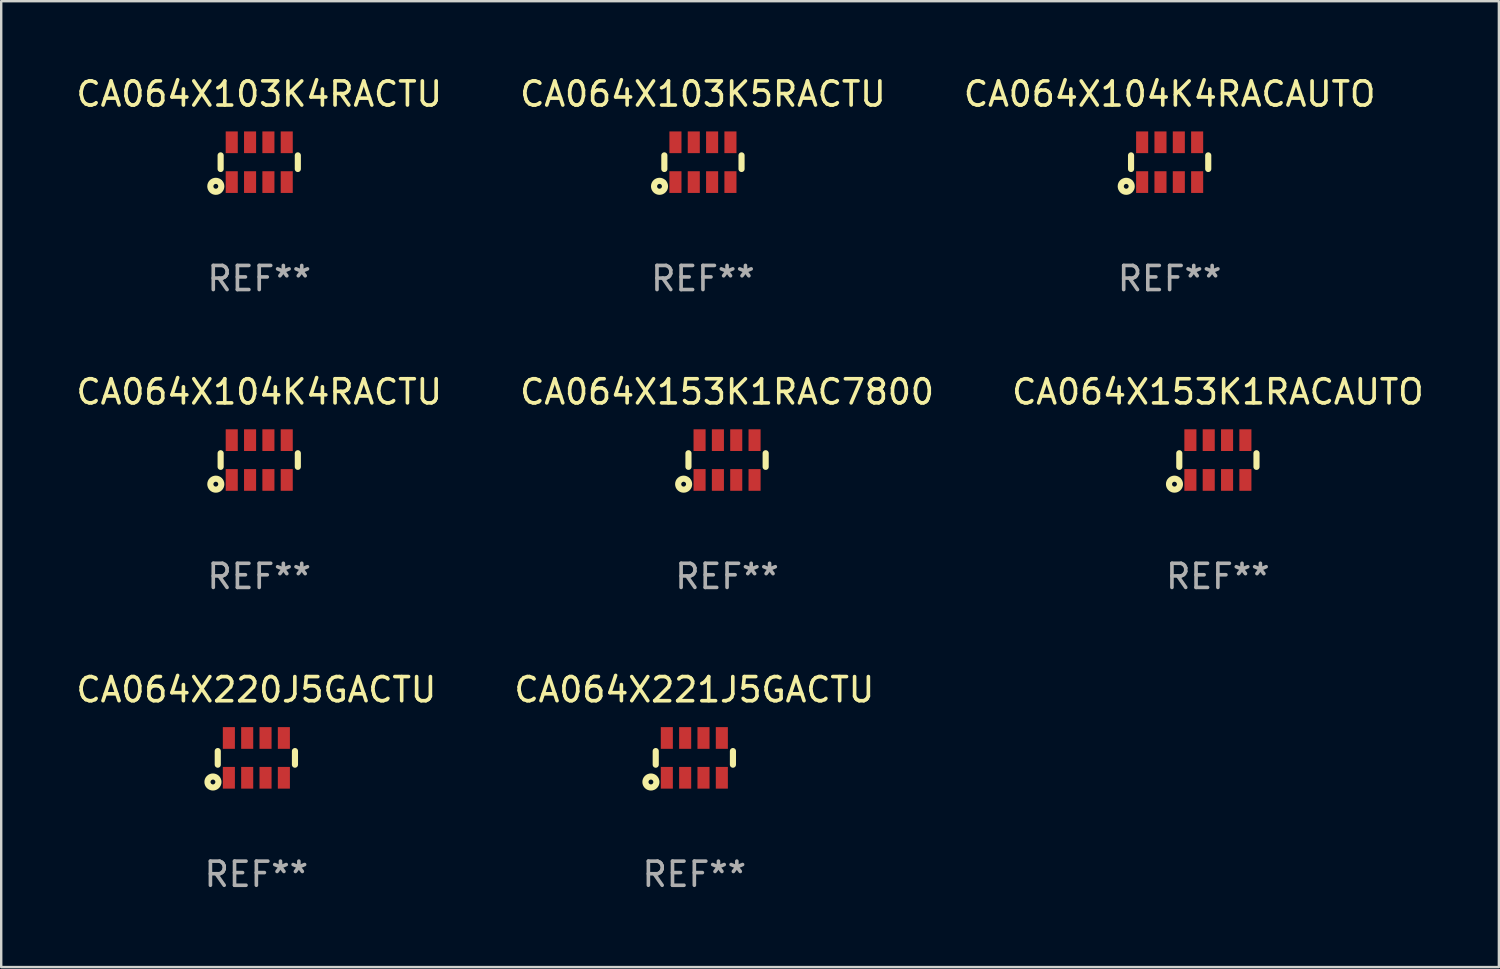
<source format=kicad_pcb>
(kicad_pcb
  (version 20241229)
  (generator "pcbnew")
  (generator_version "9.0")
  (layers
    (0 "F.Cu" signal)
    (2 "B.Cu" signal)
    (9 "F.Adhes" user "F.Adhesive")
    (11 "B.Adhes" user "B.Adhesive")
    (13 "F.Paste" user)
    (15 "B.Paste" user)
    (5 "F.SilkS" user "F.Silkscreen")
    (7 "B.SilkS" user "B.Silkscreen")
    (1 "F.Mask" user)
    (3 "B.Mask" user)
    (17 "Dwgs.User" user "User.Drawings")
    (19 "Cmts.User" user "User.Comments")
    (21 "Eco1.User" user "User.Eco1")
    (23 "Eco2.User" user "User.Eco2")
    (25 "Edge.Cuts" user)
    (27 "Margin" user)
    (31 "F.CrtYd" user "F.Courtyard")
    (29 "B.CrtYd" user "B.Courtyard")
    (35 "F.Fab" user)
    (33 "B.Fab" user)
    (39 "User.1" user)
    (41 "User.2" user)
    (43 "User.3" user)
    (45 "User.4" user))
  (footprint "CA064X153K1RACAUTO"
    (layer "F.Cu")
    (at 47.435 16.02)
    (property "Reference" "CA064X153K1RACAUTO" (at 0 -2.825 0) (layer "F.SilkS") (effects (font (size 1 1) (thickness 0.15))))
    (attr through_hole)
    (fp_line (start -1.6 -0.282) (end -1.6 0.282) (stroke (width 0.254) (type solid)) (layer "F.SilkS"))
    (fp_line (start 1.6 -0.282) (end 1.6 0.282) (stroke (width 0.254) (type solid)) (layer "F.SilkS"))
    (fp_circle (center -1.8 1) (end -1.7 1) (stroke (width 0.254) (type solid)) (fill no) (layer "F.SilkS"))
    (fp_circle (center -1.6 0.8) (end -1.57 0.8) (stroke (width 0.06) (type solid)) (fill no) (layer "F.SilkS"))
    (fp_text user "REF**" (at 0 4.825 0) (layer "F.Fab") (effects (font (size 1 1) (thickness 0.15))))
    (pad "1" smd rect (at -1.14 0.825 90) (size 0.9 0.5) (layers "F.Cu" "F.Mask" "F.Paste"))
    (pad "2" smd rect (at -0.38 0.825 90) (size 0.9 0.5) (layers "F.Cu" "F.Mask" "F.Paste"))
    (pad "3" smd rect (at 0.38 0.825 90) (size 0.9 0.5) (layers "F.Cu" "F.Mask" "F.Paste"))
    (pad "4" smd rect (at 1.14 0.825 90) (size 0.9 0.5) (layers "F.Cu" "F.Mask" "F.Paste"))
    (pad "5" smd rect (at 1.14 -0.825 90) (size 0.9 0.5) (layers "F.Cu" "F.Mask" "F.Paste"))
    (pad "6" smd rect (at 0.38 -0.825 90) (size 0.9 0.5) (layers "F.Cu" "F.Mask" "F.Paste"))
    (pad "7" smd rect (at -0.38 -0.825 90) (size 0.9 0.5) (layers "F.Cu" "F.Mask" "F.Paste"))
    (pad "8" smd rect (at -1.14 -0.825 90) (size 0.9 0.5) (layers "F.Cu" "F.Mask" "F.Paste")))
  (footprint "CA064X221J5GACTU"
    (layer "F.Cu")
    (at 25.732 28.366)
    (property "Reference" "CA064X221J5GACTU" (at 0 -2.825 0) (layer "F.SilkS") (effects (font (size 1 1) (thickness 0.15))))
    (attr through_hole)
    (fp_line (start -1.6 -0.282) (end -1.6 0.282) (stroke (width 0.254) (type solid)) (layer "F.SilkS"))
    (fp_line (start 1.6 -0.282) (end 1.6 0.282) (stroke (width 0.254) (type solid)) (layer "F.SilkS"))
    (fp_circle (center -1.8 1) (end -1.7 1) (stroke (width 0.254) (type solid)) (fill no) (layer "F.SilkS"))
    (fp_circle (center -1.6 0.8) (end -1.57 0.8) (stroke (width 0.06) (type solid)) (fill no) (layer "F.SilkS"))
    (fp_text user "REF**" (at 0 4.825 0) (layer "F.Fab") (effects (font (size 1 1) (thickness 0.15))))
    (pad "1" smd rect (at -1.14 0.825 90) (size 0.9 0.5) (layers "F.Cu" "F.Mask" "F.Paste"))
    (pad "2" smd rect (at -0.38 0.825 90) (size 0.9 0.5) (layers "F.Cu" "F.Mask" "F.Paste"))
    (pad "3" smd rect (at 0.38 0.825 90) (size 0.9 0.5) (layers "F.Cu" "F.Mask" "F.Paste"))
    (pad "4" smd rect (at 1.14 0.825 90) (size 0.9 0.5) (layers "F.Cu" "F.Mask" "F.Paste"))
    (pad "5" smd rect (at 1.14 -0.825 90) (size 0.9 0.5) (layers "F.Cu" "F.Mask" "F.Paste"))
    (pad "6" smd rect (at 0.38 -0.825 90) (size 0.9 0.5) (layers "F.Cu" "F.Mask" "F.Paste"))
    (pad "7" smd rect (at -0.38 -0.825 90) (size 0.9 0.5) (layers "F.Cu" "F.Mask" "F.Paste"))
    (pad "8" smd rect (at -1.14 -0.825 90) (size 0.9 0.5) (layers "F.Cu" "F.Mask" "F.Paste")))
  (footprint "CA064X220J5GACTU"
    (layer "F.Cu")
    (at 7.577 28.366)
    (property "Reference" "CA064X220J5GACTU" (at 0 -2.825 0) (layer "F.SilkS") (effects (font (size 1 1) (thickness 0.15))))
    (attr through_hole)
    (fp_line (start -1.6 -0.282) (end -1.6 0.282) (stroke (width 0.254) (type solid)) (layer "F.SilkS"))
    (fp_line (start 1.6 -0.282) (end 1.6 0.282) (stroke (width 0.254) (type solid)) (layer "F.SilkS"))
    (fp_circle (center -1.8 1) (end -1.7 1) (stroke (width 0.254) (type solid)) (fill no) (layer "F.SilkS"))
    (fp_circle (center -1.6 0.8) (end -1.57 0.8) (stroke (width 0.06) (type solid)) (fill no) (layer "F.SilkS"))
    (fp_text user "REF**" (at 0 4.825 0) (layer "F.Fab") (effects (font (size 1 1) (thickness 0.15))))
    (pad "1" smd rect (at -1.14 0.825 90) (size 0.9 0.5) (layers "F.Cu" "F.Mask" "F.Paste"))
    (pad "2" smd rect (at -0.38 0.825 90) (size 0.9 0.5) (layers "F.Cu" "F.Mask" "F.Paste"))
    (pad "3" smd rect (at 0.38 0.825 90) (size 0.9 0.5) (layers "F.Cu" "F.Mask" "F.Paste"))
    (pad "4" smd rect (at 1.14 0.825 90) (size 0.9 0.5) (layers "F.Cu" "F.Mask" "F.Paste"))
    (pad "5" smd rect (at 1.14 -0.825 90) (size 0.9 0.5) (layers "F.Cu" "F.Mask" "F.Paste"))
    (pad "6" smd rect (at 0.38 -0.825 90) (size 0.9 0.5) (layers "F.Cu" "F.Mask" "F.Paste"))
    (pad "7" smd rect (at -0.38 -0.825 90) (size 0.9 0.5) (layers "F.Cu" "F.Mask" "F.Paste"))
    (pad "8" smd rect (at -1.14 -0.825 90) (size 0.9 0.5) (layers "F.Cu" "F.Mask" "F.Paste")))
  (footprint "CA064X104K4RACTU"
    (layer "F.Cu")
    (at 7.696 16.02)
    (property "Reference" "CA064X104K4RACTU" (at 0 -2.825 0) (layer "F.SilkS") (effects (font (size 1 1) (thickness 0.15))))
    (attr through_hole)
    (fp_line (start -1.6 -0.282) (end -1.6 0.282) (stroke (width 0.254) (type solid)) (layer "F.SilkS"))
    (fp_line (start 1.6 -0.282) (end 1.6 0.282) (stroke (width 0.254) (type solid)) (layer "F.SilkS"))
    (fp_circle (center -1.8 1) (end -1.7 1) (stroke (width 0.254) (type solid)) (fill no) (layer "F.SilkS"))
    (fp_circle (center -1.6 0.8) (end -1.57 0.8) (stroke (width 0.06) (type solid)) (fill no) (layer "F.SilkS"))
    (fp_text user "REF**" (at 0 4.825 0) (layer "F.Fab") (effects (font (size 1 1) (thickness 0.15))))
    (pad "1" smd rect (at -1.14 0.825 90) (size 0.9 0.5) (layers "F.Cu" "F.Mask" "F.Paste"))
    (pad "2" smd rect (at -0.38 0.825 90) (size 0.9 0.5) (layers "F.Cu" "F.Mask" "F.Paste"))
    (pad "3" smd rect (at 0.38 0.825 90) (size 0.9 0.5) (layers "F.Cu" "F.Mask" "F.Paste"))
    (pad "4" smd rect (at 1.14 0.825 90) (size 0.9 0.5) (layers "F.Cu" "F.Mask" "F.Paste"))
    (pad "5" smd rect (at 1.14 -0.825 90) (size 0.9 0.5) (layers "F.Cu" "F.Mask" "F.Paste"))
    (pad "6" smd rect (at 0.38 -0.825 90) (size 0.9 0.5) (layers "F.Cu" "F.Mask" "F.Paste"))
    (pad "7" smd rect (at -0.38 -0.825 90) (size 0.9 0.5) (layers "F.Cu" "F.Mask" "F.Paste"))
    (pad "8" smd rect (at -1.14 -0.825 90) (size 0.9 0.5) (layers "F.Cu" "F.Mask" "F.Paste")))
  (footprint "CA064X153K1RAC7800"
    (layer "F.Cu")
    (at 27.089 16.02)
    (property "Reference" "CA064X153K1RAC7800" (at 0 -2.825 0) (layer "F.SilkS") (effects (font (size 1 1) (thickness 0.15))))
    (attr through_hole)
    (fp_line (start -1.6 -0.282) (end -1.6 0.282) (stroke (width 0.254) (type solid)) (layer "F.SilkS"))
    (fp_line (start 1.6 -0.282) (end 1.6 0.282) (stroke (width 0.254) (type solid)) (layer "F.SilkS"))
    (fp_circle (center -1.8 1) (end -1.7 1) (stroke (width 0.254) (type solid)) (fill no) (layer "F.SilkS"))
    (fp_circle (center -1.6 0.8) (end -1.57 0.8) (stroke (width 0.06) (type solid)) (fill no) (layer "F.SilkS"))
    (fp_text user "REF**" (at 0 4.825 0) (layer "F.Fab") (effects (font (size 1 1) (thickness 0.15))))
    (pad "1" smd rect (at -1.14 0.825 90) (size 0.9 0.5) (layers "F.Cu" "F.Mask" "F.Paste"))
    (pad "2" smd rect (at -0.38 0.825 90) (size 0.9 0.5) (layers "F.Cu" "F.Mask" "F.Paste"))
    (pad "3" smd rect (at 0.38 0.825 90) (size 0.9 0.5) (layers "F.Cu" "F.Mask" "F.Paste"))
    (pad "4" smd rect (at 1.14 0.825 90) (size 0.9 0.5) (layers "F.Cu" "F.Mask" "F.Paste"))
    (pad "5" smd rect (at 1.14 -0.825 90) (size 0.9 0.5) (layers "F.Cu" "F.Mask" "F.Paste"))
    (pad "6" smd rect (at 0.38 -0.825 90) (size 0.9 0.5) (layers "F.Cu" "F.Mask" "F.Paste"))
    (pad "7" smd rect (at -0.38 -0.825 90) (size 0.9 0.5) (layers "F.Cu" "F.Mask" "F.Paste"))
    (pad "8" smd rect (at -1.14 -0.825 90) (size 0.9 0.5) (layers "F.Cu" "F.Mask" "F.Paste")))
  (footprint "CA064X103K5RACTU"
    (layer "F.Cu")
    (at 26.089 3.673)
    (property "Reference" "CA064X103K5RACTU" (at 0 -2.825 0) (layer "F.SilkS") (effects (font (size 1 1) (thickness 0.15))))
    (attr through_hole)
    (fp_line (start -1.6 -0.282) (end -1.6 0.282) (stroke (width 0.254) (type solid)) (layer "F.SilkS"))
    (fp_line (start 1.6 -0.282) (end 1.6 0.282) (stroke (width 0.254) (type solid)) (layer "F.SilkS"))
    (fp_circle (center -1.8 1) (end -1.7 1) (stroke (width 0.254) (type solid)) (fill no) (layer "F.SilkS"))
    (fp_circle (center -1.6 0.8) (end -1.57 0.8) (stroke (width 0.06) (type solid)) (fill no) (layer "F.SilkS"))
    (fp_text user "REF**" (at 0 4.825 0) (layer "F.Fab") (effects (font (size 1 1) (thickness 0.15))))
    (pad "1" smd rect (at -1.14 0.825 90) (size 0.9 0.5) (layers "F.Cu" "F.Mask" "F.Paste"))
    (pad "2" smd rect (at -0.38 0.825 90) (size 0.9 0.5) (layers "F.Cu" "F.Mask" "F.Paste"))
    (pad "3" smd rect (at 0.38 0.825 90) (size 0.9 0.5) (layers "F.Cu" "F.Mask" "F.Paste"))
    (pad "4" smd rect (at 1.14 0.825 90) (size 0.9 0.5) (layers "F.Cu" "F.Mask" "F.Paste"))
    (pad "5" smd rect (at 1.14 -0.825 90) (size 0.9 0.5) (layers "F.Cu" "F.Mask" "F.Paste"))
    (pad "6" smd rect (at 0.38 -0.825 90) (size 0.9 0.5) (layers "F.Cu" "F.Mask" "F.Paste"))
    (pad "7" smd rect (at -0.38 -0.825 90) (size 0.9 0.5) (layers "F.Cu" "F.Mask" "F.Paste"))
    (pad "8" smd rect (at -1.14 -0.825 90) (size 0.9 0.5) (layers "F.Cu" "F.Mask" "F.Paste")))
  (footprint "CA064X103K4RACTU"
    (layer "F.Cu")
    (at 7.696 3.673)
    (property "Reference" "CA064X103K4RACTU" (at 0 -2.825 0) (layer "F.SilkS") (effects (font (size 1 1) (thickness 0.15))))
    (attr through_hole)
    (fp_line (start -1.6 -0.282) (end -1.6 0.282) (stroke (width 0.254) (type solid)) (layer "F.SilkS"))
    (fp_line (start 1.6 -0.282) (end 1.6 0.282) (stroke (width 0.254) (type solid)) (layer "F.SilkS"))
    (fp_circle (center -1.8 1) (end -1.7 1) (stroke (width 0.254) (type solid)) (fill no) (layer "F.SilkS"))
    (fp_circle (center -1.6 0.8) (end -1.57 0.8) (stroke (width 0.06) (type solid)) (fill no) (layer "F.SilkS"))
    (fp_text user "REF**" (at 0 4.825 0) (layer "F.Fab") (effects (font (size 1 1) (thickness 0.15))))
    (pad "1" smd rect (at -1.14 0.825 90) (size 0.9 0.5) (layers "F.Cu" "F.Mask" "F.Paste"))
    (pad "2" smd rect (at -0.38 0.825 90) (size 0.9 0.5) (layers "F.Cu" "F.Mask" "F.Paste"))
    (pad "3" smd rect (at 0.38 0.825 90) (size 0.9 0.5) (layers "F.Cu" "F.Mask" "F.Paste"))
    (pad "4" smd rect (at 1.14 0.825 90) (size 0.9 0.5) (layers "F.Cu" "F.Mask" "F.Paste"))
    (pad "5" smd rect (at 1.14 -0.825 90) (size 0.9 0.5) (layers "F.Cu" "F.Mask" "F.Paste"))
    (pad "6" smd rect (at 0.38 -0.825 90) (size 0.9 0.5) (layers "F.Cu" "F.Mask" "F.Paste"))
    (pad "7" smd rect (at -0.38 -0.825 90) (size 0.9 0.5) (layers "F.Cu" "F.Mask" "F.Paste"))
    (pad "8" smd rect (at -1.14 -0.825 90) (size 0.9 0.5) (layers "F.Cu" "F.Mask" "F.Paste")))
  (footprint "CA064X104K4RACAUTO"
    (layer "F.Cu")
    (at 45.435 3.673)
    (property "Reference" "CA064X104K4RACAUTO" (at 0 -2.825 0) (layer "F.SilkS") (effects (font (size 1 1) (thickness 0.15))))
    (attr through_hole)
    (fp_line (start -1.6 -0.282) (end -1.6 0.282) (stroke (width 0.254) (type solid)) (layer "F.SilkS"))
    (fp_line (start 1.6 -0.282) (end 1.6 0.282) (stroke (width 0.254) (type solid)) (layer "F.SilkS"))
    (fp_circle (center -1.8 1) (end -1.7 1) (stroke (width 0.254) (type solid)) (fill no) (layer "F.SilkS"))
    (fp_circle (center -1.6 0.8) (end -1.57 0.8) (stroke (width 0.06) (type solid)) (fill no) (layer "F.SilkS"))
    (fp_text user "REF**" (at 0 4.825 0) (layer "F.Fab") (effects (font (size 1 1) (thickness 0.15))))
    (pad "1" smd rect (at -1.14 0.825 90) (size 0.9 0.5) (layers "F.Cu" "F.Mask" "F.Paste"))
    (pad "2" smd rect (at -0.38 0.825 90) (size 0.9 0.5) (layers "F.Cu" "F.Mask" "F.Paste"))
    (pad "3" smd rect (at 0.38 0.825 90) (size 0.9 0.5) (layers "F.Cu" "F.Mask" "F.Paste"))
    (pad "4" smd rect (at 1.14 0.825 90) (size 0.9 0.5) (layers "F.Cu" "F.Mask" "F.Paste"))
    (pad "5" smd rect (at 1.14 -0.825 90) (size 0.9 0.5) (layers "F.Cu" "F.Mask" "F.Paste"))
    (pad "6" smd rect (at 0.38 -0.825 90) (size 0.9 0.5) (layers "F.Cu" "F.Mask" "F.Paste"))
    (pad "7" smd rect (at -0.38 -0.825 90) (size 0.9 0.5) (layers "F.Cu" "F.Mask" "F.Paste"))
    (pad "8" smd rect (at -1.14 -0.825 90) (size 0.9 0.5) (layers "F.Cu" "F.Mask" "F.Paste")))
  (gr_rect
    (start -3 -3)
    (end 59.083 37.039)
    (stroke (width 0.1) (type default))
    (fill no)
    (layer "Edge.Cuts")))
</source>
